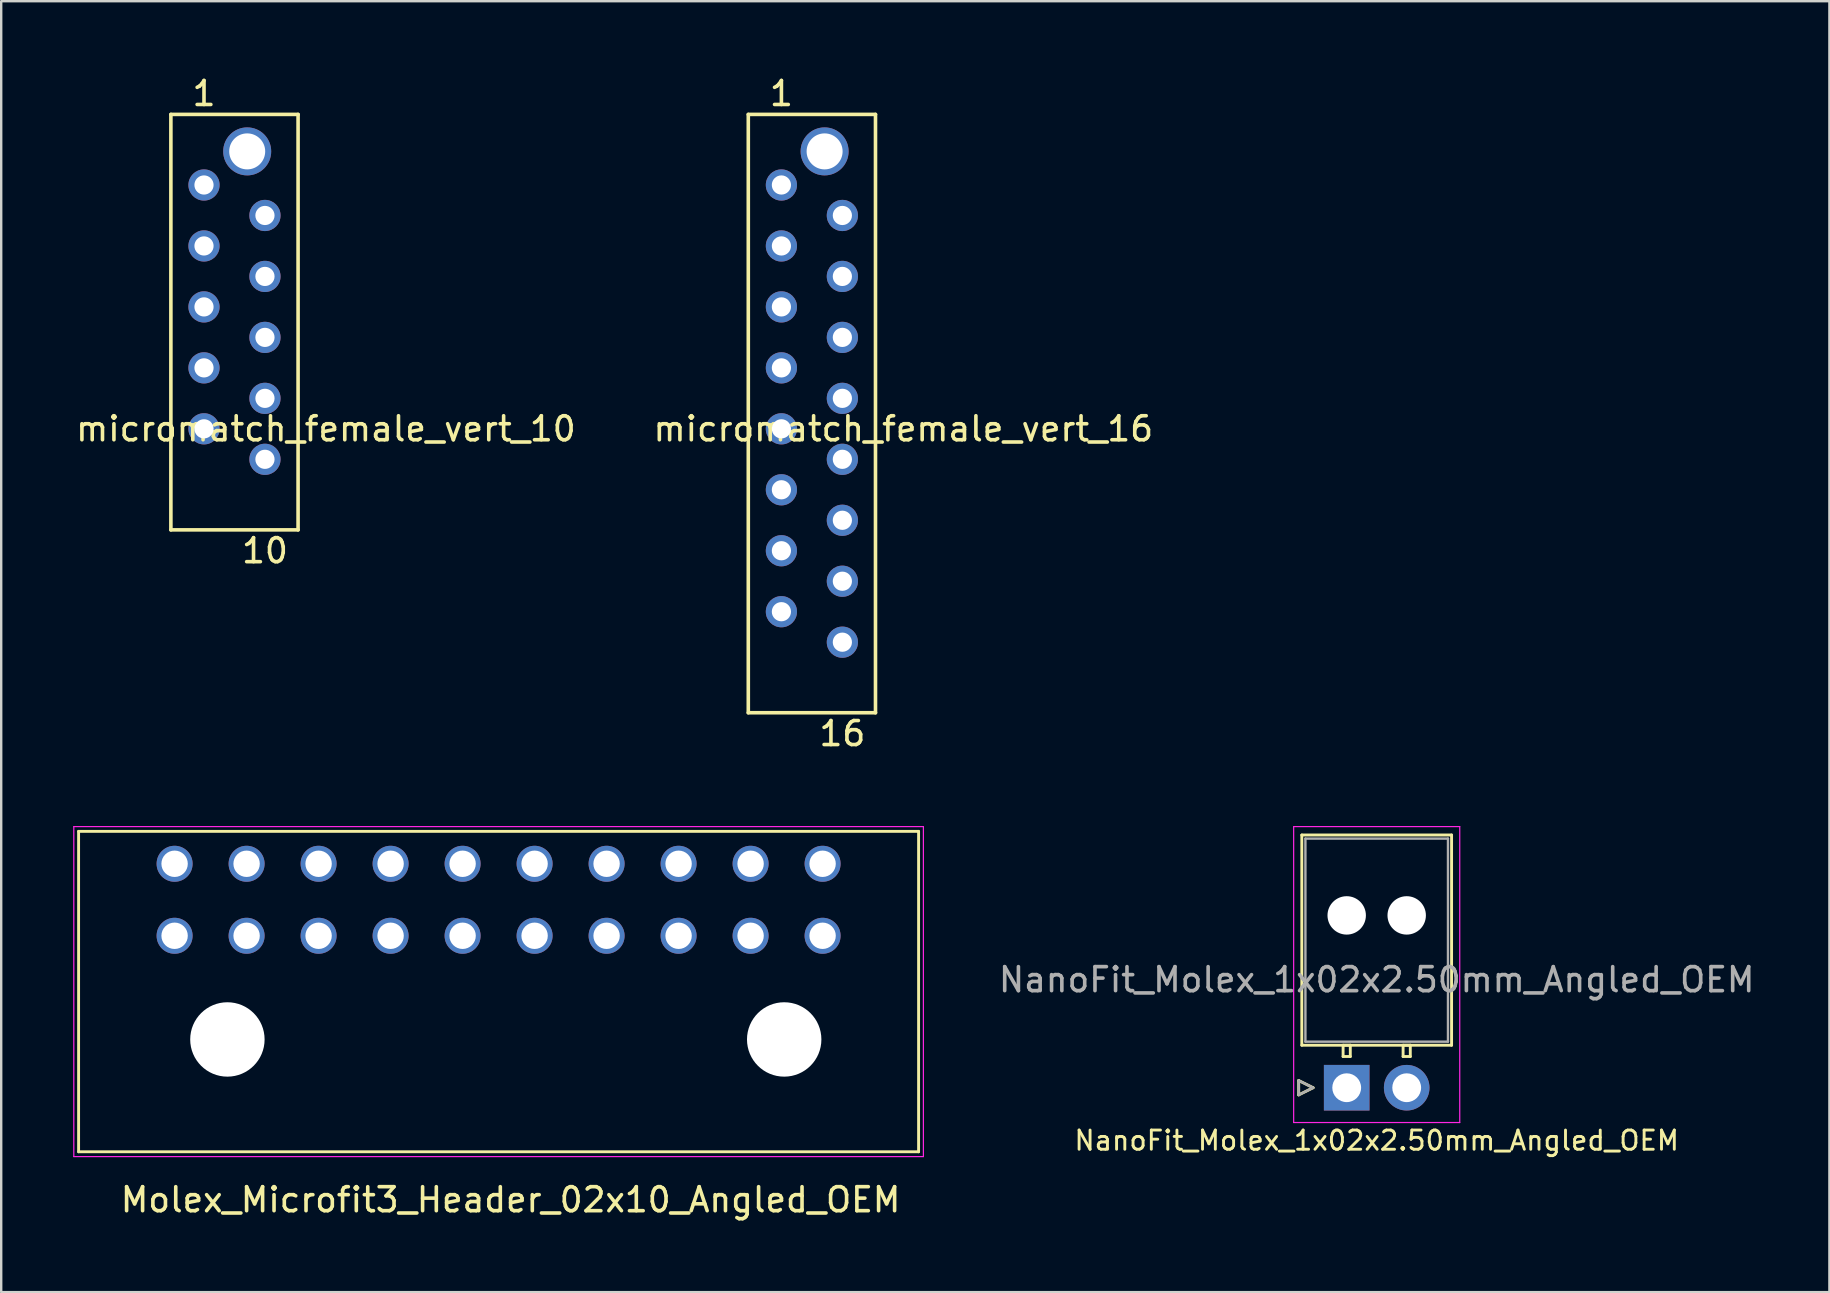
<source format=kicad_pcb>
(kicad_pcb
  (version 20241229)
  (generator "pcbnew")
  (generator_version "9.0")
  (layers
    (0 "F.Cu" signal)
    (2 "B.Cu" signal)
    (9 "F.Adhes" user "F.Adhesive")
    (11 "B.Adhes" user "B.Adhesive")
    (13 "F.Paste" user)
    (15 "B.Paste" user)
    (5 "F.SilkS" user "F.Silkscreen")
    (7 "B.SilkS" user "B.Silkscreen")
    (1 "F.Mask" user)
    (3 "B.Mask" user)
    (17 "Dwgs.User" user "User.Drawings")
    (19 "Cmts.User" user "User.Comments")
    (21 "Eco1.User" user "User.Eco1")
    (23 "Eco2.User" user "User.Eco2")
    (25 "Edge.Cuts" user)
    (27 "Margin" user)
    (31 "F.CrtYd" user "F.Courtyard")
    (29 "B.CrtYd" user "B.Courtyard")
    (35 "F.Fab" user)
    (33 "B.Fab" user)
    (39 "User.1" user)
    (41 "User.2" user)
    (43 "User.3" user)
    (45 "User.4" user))
  (footprint "micromatch_female_vert_16"
    (layer "F.Cu")
    (at 29.509 9.738)
    (property "Reference" "micromatch_female_vert_16" (at 5.08 5.08 0) (layer "F.SilkS") (effects (font (size 1 1) (thickness 0.15))))
    (attr through_hole)
    (fp_line (start -1.38 -8.02) (end 3.92 -8.02) (stroke (width 0.15) (type solid)) (layer "F.SilkS"))
    (fp_line (start -1.38 16.91) (end -1.38 -8.02) (stroke (width 0.15) (type solid)) (layer "F.SilkS"))
    (fp_line (start -1.38 16.91) (end 3.92 16.91) (stroke (width 0.15) (type solid)) (layer "F.SilkS"))
    (fp_line (start 3.92 16.91) (end 3.92 -8.02) (stroke (width 0.15) (type solid)) (layer "F.SilkS"))
    (fp_text user "16" (at 2.54 17.78 0) (layer "F.SilkS") (effects (font (size 1 1) (thickness 0.15))))
    (fp_text user "1" (at 0 -8.89 0) (layer "F.SilkS") (effects (font (size 1 1) (thickness 0.15))))
    (pad "1" thru_hole circle (at 0 -5.08) (size 1.3 1.3) (drill 0.8) (layers "*.Cu" "*.Mask"))
    (pad "2" thru_hole circle (at 2.54 -3.81) (size 1.3 1.3) (drill 0.8) (layers "*.Cu" "*.Mask"))
    (pad "3" thru_hole circle (at 0 -2.54) (size 1.3 1.3) (drill 0.8) (layers "*.Cu" "*.Mask"))
    (pad "4" thru_hole circle (at 2.54 -1.27) (size 1.3 1.3) (drill 0.8) (layers "*.Cu" "*.Mask"))
    (pad "5" thru_hole circle (at 0 0) (size 1.3 1.3) (drill 0.8) (layers "*.Cu" "*.Mask"))
    (pad "6" thru_hole circle (at 2.54 1.27) (size 1.3 1.3) (drill 0.8) (layers "*.Cu" "*.Mask"))
    (pad "7" thru_hole circle (at 0 2.54) (size 1.3 1.3) (drill 0.8) (layers "*.Cu" "*.Mask"))
    (pad "8" thru_hole circle (at 2.54 3.81) (size 1.3 1.3) (drill 0.8) (layers "*.Cu" "*.Mask"))
    (pad "9" thru_hole circle (at 0 5.08) (size 1.3 1.3) (drill 0.8) (layers "*.Cu" "*.Mask"))
    (pad "10" thru_hole circle (at 2.54 6.35) (size 1.3 1.3) (drill 0.8) (layers "*.Cu" "*.Mask"))
    (pad "11" thru_hole circle (at 0 7.62) (size 1.3 1.3) (drill 0.8) (layers "*.Cu" "*.Mask"))
    (pad "12" thru_hole circle (at 2.54 8.89) (size 1.3 1.3) (drill 0.8) (layers "*.Cu" "*.Mask"))
    (pad "13" thru_hole circle (at 0 10.16) (size 1.3 1.3) (drill 0.8) (layers "*.Cu" "*.Mask"))
    (pad "14" thru_hole circle (at 2.54 11.43) (size 1.3 1.3) (drill 0.8) (layers "*.Cu" "*.Mask"))
    (pad "15" thru_hole circle (at 0 12.7) (size 1.3 1.3) (drill 0.8) (layers "*.Cu" "*.Mask"))
    (pad "16" thru_hole circle (at 2.54 13.97) (size 1.3 1.3) (drill 0.8) (layers "*.Cu" "*.Mask"))
    (pad "17" thru_hole circle (at 1.8 -6.48) (size 2 2) (drill 1.5) (layers "*.Cu" "*.Mask")))
  (footprint "micromatch_female_vert_10"
    (layer "F.Cu")
    (at 6.72 10.373)
    (property "Reference" "micromatch_female_vert_10" (at 3.81 4.445 0) (layer "F.SilkS") (effects (font (size 1 1) (thickness 0.15))))
    (attr through_hole)
    (fp_line (start -2.65 -8.655) (end 2.65 -8.655) (stroke (width 0.15) (type solid)) (layer "F.SilkS"))
    (fp_line (start -2.65 8.655) (end -2.65 -8.655) (stroke (width 0.15) (type solid)) (layer "F.SilkS"))
    (fp_line (start -2.65 8.655) (end 2.65 8.655) (stroke (width 0.15) (type solid)) (layer "F.SilkS"))
    (fp_line (start 2.65 8.655) (end 2.65 -8.655) (stroke (width 0.15) (type solid)) (layer "F.SilkS"))
    (fp_text user "10" (at 1.27 9.525 0) (layer "F.SilkS") (effects (font (size 1 1) (thickness 0.15))))
    (fp_text user "1" (at -1.27 -9.525 0) (layer "F.SilkS") (effects (font (size 1 1) (thickness 0.15))))
    (pad "1" thru_hole circle (at -1.27 -5.715) (size 1.3 1.3) (drill 0.8) (layers "*.Cu" "*.Mask"))
    (pad "2" thru_hole circle (at 1.27 -4.445) (size 1.3 1.3) (drill 0.8) (layers "*.Cu" "*.Mask"))
    (pad "3" thru_hole circle (at -1.27 -3.175) (size 1.3 1.3) (drill 0.8) (layers "*.Cu" "*.Mask"))
    (pad "4" thru_hole circle (at 1.27 -1.905) (size 1.3 1.3) (drill 0.8) (layers "*.Cu" "*.Mask"))
    (pad "5" thru_hole circle (at -1.27 -0.635) (size 1.3 1.3) (drill 0.8) (layers "*.Cu" "*.Mask"))
    (pad "6" thru_hole circle (at 1.27 0.635) (size 1.3 1.3) (drill 0.8) (layers "*.Cu" "*.Mask"))
    (pad "7" thru_hole circle (at -1.27 1.905) (size 1.3 1.3) (drill 0.8) (layers "*.Cu" "*.Mask"))
    (pad "8" thru_hole circle (at 1.27 3.175) (size 1.3 1.3) (drill 0.8) (layers "*.Cu" "*.Mask"))
    (pad "9" thru_hole circle (at -1.27 4.445) (size 1.3 1.3) (drill 0.8) (layers "*.Cu" "*.Mask"))
    (pad "10" thru_hole circle (at 1.27 5.715) (size 1.3 1.3) (drill 0.8) (layers "*.Cu" "*.Mask"))
    (pad "11" thru_hole circle (at 0.53 -7.115) (size 2 2) (drill 1.5) (layers "*.Cu" "*.Mask")))
  (footprint "NanoFit_Molex_1x02x2.50mm_Angled_OEM"
    (layer "F.Cu")
    (at 53.063 42.272)
    (property "Reference" "NanoFit_Molex_1x02x2.50mm_Angled_OEM" (at 1.25 2.2 0) (layer "F.SilkS") (effects (font (size 0.8 0.8) (thickness 0.12))))
    (attr through_hole)
    (fp_line (start -2 -0.3) (end -1.4 0) (stroke (width 0.12) (type solid)) (layer "F.SilkS"))
    (fp_line (start -2 0.3) (end -2 -0.3) (stroke (width 0.12) (type solid)) (layer "F.SilkS"))
    (fp_line (start -1.87 -10.53) (end -1.87 -1.77) (stroke (width 0.12) (type solid)) (layer "F.SilkS"))
    (fp_line (start -1.87 -1.77) (end 4.37 -1.77) (stroke (width 0.12) (type solid)) (layer "F.SilkS"))
    (fp_line (start -1.4 0) (end -2 0.3) (stroke (width 0.12) (type solid)) (layer "F.SilkS"))
    (fp_line (start -0.15 -1.77) (end -0.15 -1.3) (stroke (width 0.12) (type solid)) (layer "F.SilkS"))
    (fp_line (start -0.15 -1.3) (end 0.15 -1.3) (stroke (width 0.12) (type solid)) (layer "F.SilkS"))
    (fp_line (start 0.15 -1.77) (end -0.15 -1.77) (stroke (width 0.12) (type solid)) (layer "F.SilkS"))
    (fp_line (start 0.15 -1.3) (end 0.15 -1.77) (stroke (width 0.12) (type solid)) (layer "F.SilkS"))
    (fp_line (start 2.35 -1.77) (end 2.35 -1.3) (stroke (width 0.12) (type solid)) (layer "F.SilkS"))
    (fp_line (start 2.35 -1.3) (end 2.65 -1.3) (stroke (width 0.12) (type solid)) (layer "F.SilkS"))
    (fp_line (start 2.65 -1.77) (end 2.35 -1.77) (stroke (width 0.12) (type solid)) (layer "F.SilkS"))
    (fp_line (start 2.65 -1.3) (end 2.65 -1.77) (stroke (width 0.12) (type solid)) (layer "F.SilkS"))
    (fp_line (start 4.37 -10.53) (end -1.87 -10.53) (stroke (width 0.12) (type solid)) (layer "F.SilkS"))
    (fp_line (start 4.37 -1.77) (end 4.37 -10.53) (stroke (width 0.12) (type solid)) (layer "F.SilkS"))
    (fp_line (start -2.21 -10.88) (end -2.21 1.45) (stroke (width 0.05) (type solid)) (layer "F.CrtYd"))
    (fp_line (start -2.21 1.45) (end 4.71 1.45) (stroke (width 0.05) (type solid)) (layer "F.CrtYd"))
    (fp_line (start 4.71 -10.88) (end -2.21 -10.88) (stroke (width 0.05) (type solid)) (layer "F.CrtYd"))
    (fp_line (start 4.71 1.45) (end 4.71 -10.88) (stroke (width 0.05) (type solid)) (layer "F.CrtYd"))
    (fp_line (start -2 -0.3) (end -1.4 0) (stroke (width 0.1) (type solid)) (layer "F.Fab"))
    (fp_line (start -2 0.3) (end -2 -0.3) (stroke (width 0.1) (type solid)) (layer "F.Fab"))
    (fp_line (start -1.72 -10.38) (end -1.72 -1.92) (stroke (width 0.1) (type solid)) (layer "F.Fab"))
    (fp_line (start -1.72 -1.92) (end 4.22 -1.92) (stroke (width 0.1) (type solid)) (layer "F.Fab"))
    (fp_line (start -1.4 0) (end -2 0.3) (stroke (width 0.1) (type solid)) (layer "F.Fab"))
    (fp_line (start 4.22 -10.38) (end -1.72 -10.38) (stroke (width 0.1) (type solid)) (layer "F.Fab"))
    (fp_line (start 4.22 -1.92) (end 4.22 -10.38) (stroke (width 0.1) (type solid)) (layer "F.Fab"))
    (fp_text user "${REFERENCE}" (at 1.25 -4.5 0) (layer "F.Fab") (effects (font (size 1 1) (thickness 0.15))))
    (pad "" np_thru_hole circle (at 0 -7.18) (size 1.6 1.6) (drill 1.6) (layers "*.Cu" "*.Mask"))
    (pad "" np_thru_hole circle (at 2.5 -7.18) (size 1.6 1.6) (drill 1.6) (layers "*.Cu" "*.Mask"))
    (pad "1" thru_hole rect (at 0 0) (size 1.9 1.9) (drill 1.2) (layers "*.Cu" "*.Mask"))
    (pad "2" thru_hole circle (at 2.5 0) (size 1.9 1.9) (drill 1.2) (layers "*.Cu" "*.Mask")))
  (footprint "Molex_Microfit3_Header_02x10_Angled_OEM"
    (layer "F.Cu")
    (at 31.225 35.941)
    (property "Reference" "Molex_Microfit3_Header_02x10_Angled_OEM" (at -13 11 0) (layer "F.SilkS") (effects (font (size 1 1) (thickness 0.15))))
    (attr through_hole)
    (fp_line (start -31 -4.35) (end 4 -4.35) (stroke (width 0.12) (type solid)) (layer "F.SilkS"))
    (fp_line (start -31 9) (end -31 -4.35) (stroke (width 0.12) (type solid)) (layer "F.SilkS"))
    (fp_line (start 4 -4.35) (end 4 9) (stroke (width 0.12) (type solid)) (layer "F.SilkS"))
    (fp_line (start 4 9) (end -31 9) (stroke (width 0.12) (type solid)) (layer "F.SilkS"))
    (fp_line (start -31.2 -4.55) (end -31.2 9.2) (stroke (width 0.05) (type solid)) (layer "F.CrtYd"))
    (fp_line (start -31.2 9.2) (end 4.2 9.2) (stroke (width 0.05) (type solid)) (layer "F.CrtYd"))
    (fp_line (start 4.2 -4.55) (end -31.2 -4.55) (stroke (width 0.05) (type solid)) (layer "F.CrtYd"))
    (fp_line (start 4.2 9.2) (end 4.2 -4.55) (stroke (width 0.05) (type solid)) (layer "F.CrtYd"))
    (pad "" np_thru_hole circle (at -24.8 4.32) (size 3.1 3.1) (drill 3.1) (layers "*.Cu" "*.Mask"))
    (pad "" np_thru_hole circle (at -1.6 4.32) (size 3.1 3.1) (drill 3.1) (layers "*.Cu" "*.Mask"))
    (pad "1" thru_hole circle (at 0 0) (size 1.5 1.5) (drill 1.1) (layers "*.Cu" "*.Mask"))
    (pad "2" thru_hole circle (at -3 0) (size 1.5 1.5) (drill 1.1) (layers "*.Cu" "*.Mask"))
    (pad "3" thru_hole circle (at -6 0) (size 1.5 1.5) (drill 1.1) (layers "*.Cu" "*.Mask"))
    (pad "4" thru_hole circle (at -9 0) (size 1.5 1.5) (drill 1.1) (layers "*.Cu" "*.Mask"))
    (pad "5" thru_hole circle (at -12 0) (size 1.5 1.5) (drill 1.1) (layers "*.Cu" "*.Mask"))
    (pad "6" thru_hole circle (at -15 0) (size 1.5 1.5) (drill 1.1) (layers "*.Cu" "*.Mask"))
    (pad "7" thru_hole circle (at -18 0) (size 1.5 1.5) (drill 1.1) (layers "*.Cu" "*.Mask"))
    (pad "8" thru_hole circle (at -21 0) (size 1.5 1.5) (drill 1.1) (layers "*.Cu" "*.Mask"))
    (pad "9" thru_hole circle (at -24 0) (size 1.5 1.5) (drill 1.1) (layers "*.Cu" "*.Mask"))
    (pad "10" thru_hole circle (at -27 0) (size 1.5 1.5) (drill 1.1) (layers "*.Cu" "*.Mask"))
    (pad "11" thru_hole circle (at 0 -3) (size 1.5 1.5) (drill 1.1) (layers "*.Cu" "*.Mask"))
    (pad "12" thru_hole circle (at -3 -3) (size 1.5 1.5) (drill 1.1) (layers "*.Cu" "*.Mask"))
    (pad "13" thru_hole circle (at -6 -3) (size 1.5 1.5) (drill 1.1) (layers "*.Cu" "*.Mask"))
    (pad "14" thru_hole circle (at -9 -3) (size 1.5 1.5) (drill 1.1) (layers "*.Cu" "*.Mask"))
    (pad "15" thru_hole circle (at -12 -3) (size 1.5 1.5) (drill 1.1) (layers "*.Cu" "*.Mask"))
    (pad "16" thru_hole circle (at -15 -3) (size 1.5 1.5) (drill 1.1) (layers "*.Cu" "*.Mask"))
    (pad "17" thru_hole circle (at -18 -3) (size 1.5 1.5) (drill 1.1) (layers "*.Cu" "*.Mask"))
    (pad "18" thru_hole circle (at -21 -3) (size 1.5 1.5) (drill 1.1) (layers "*.Cu" "*.Mask"))
    (pad "19" thru_hole circle (at -24 -3) (size 1.5 1.5) (drill 1.1) (layers "*.Cu" "*.Mask"))
    (pad "20" thru_hole circle (at -27 -3) (size 1.5 1.5) (drill 1.1) (layers "*.Cu" "*.Mask")))
  (gr_rect
    (start -3 -3)
    (end 73.176 50.79)
    (stroke (width 0.1) (type default))
    (fill no)
    (layer "Edge.Cuts")))
</source>
